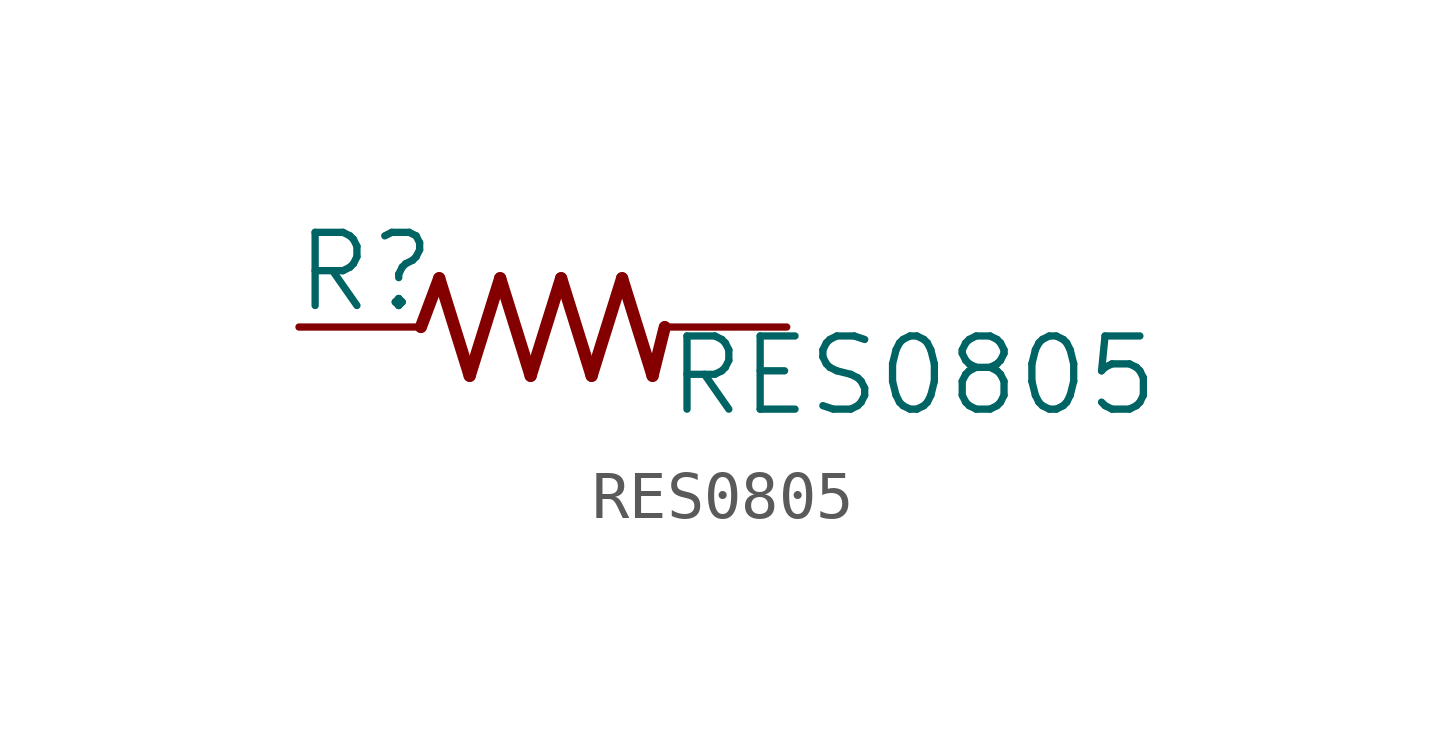
<source format=kicad_sym>
(kicad_symbol_lib
  (version 20211014)
  (generator kicad_symbol_editor)
  (symbol "RES0805"
    (property "Reference" "R"
      (at -5.207 0.254 0)
      (effects (font (size 1.524 1.524)) (justify left bottom)))
    (property "Value" "RES0805"
      (at 2.54 -1.905 0)
      (effects (font (size 1.524 1.524)) (justify left bottom)))
    (property "ki_locked" ""
      (at 0 0 0)
      (effects (font (size 1.27 1.27))))
    (symbol "RES0805_1_0"
      (polyline (pts (xy -2.54 0) (xy -2.159 1.016)) (stroke (width 0.254) (type default) (color 0 0 0 0)) (fill (type none)))
      (polyline (pts (xy -2.159 1.016) (xy -1.524 -1.016)) (stroke (width 0.254) (type default) (color 0 0 0 0)) (fill (type none)))
      (polyline (pts (xy -1.524 -1.016) (xy -0.889 1.016)) (stroke (width 0.254) (type default) (color 0 0 0 0)) (fill (type none)))
      (polyline (pts (xy -0.889 1.016) (xy -0.254 -1.016)) (stroke (width 0.254) (type default) (color 0 0 0 0)) (fill (type none)))
      (polyline (pts (xy -0.254 -1.016) (xy 0.381 1.016)) (stroke (width 0.254) (type default) (color 0 0 0 0)) (fill (type none)))
      (polyline (pts (xy 0.381 1.016) (xy 1.016 -1.016)) (stroke (width 0.254) (type default) (color 0 0 0 0)) (fill (type none)))
      (polyline (pts (xy 1.016 -1.016) (xy 1.651 1.016)) (stroke (width 0.254) (type default) (color 0 0 0 0)) (fill (type none)))
      (polyline (pts (xy 1.651 1.016) (xy 2.286 -1.016)) (stroke (width 0.254) (type default) (color 0 0 0 0)) (fill (type none)))
      (polyline (pts (xy 2.286 -1.016) (xy 2.54 0)) (stroke (width 0.254) (type default) (color 0 0 0 0)) (fill (type none)))
      (pin passive line (at -5.08 0 0) (length 2.54) (name "1" (effects (font (size 0 0)))) (number "1" (effects (font (size 0 0)))))
      (pin passive line (at 5.08 0 180) (length 2.54) (name "2" (effects (font (size 0 0)))) (number "2" (effects (font (size 0 0))))))))
</source>
